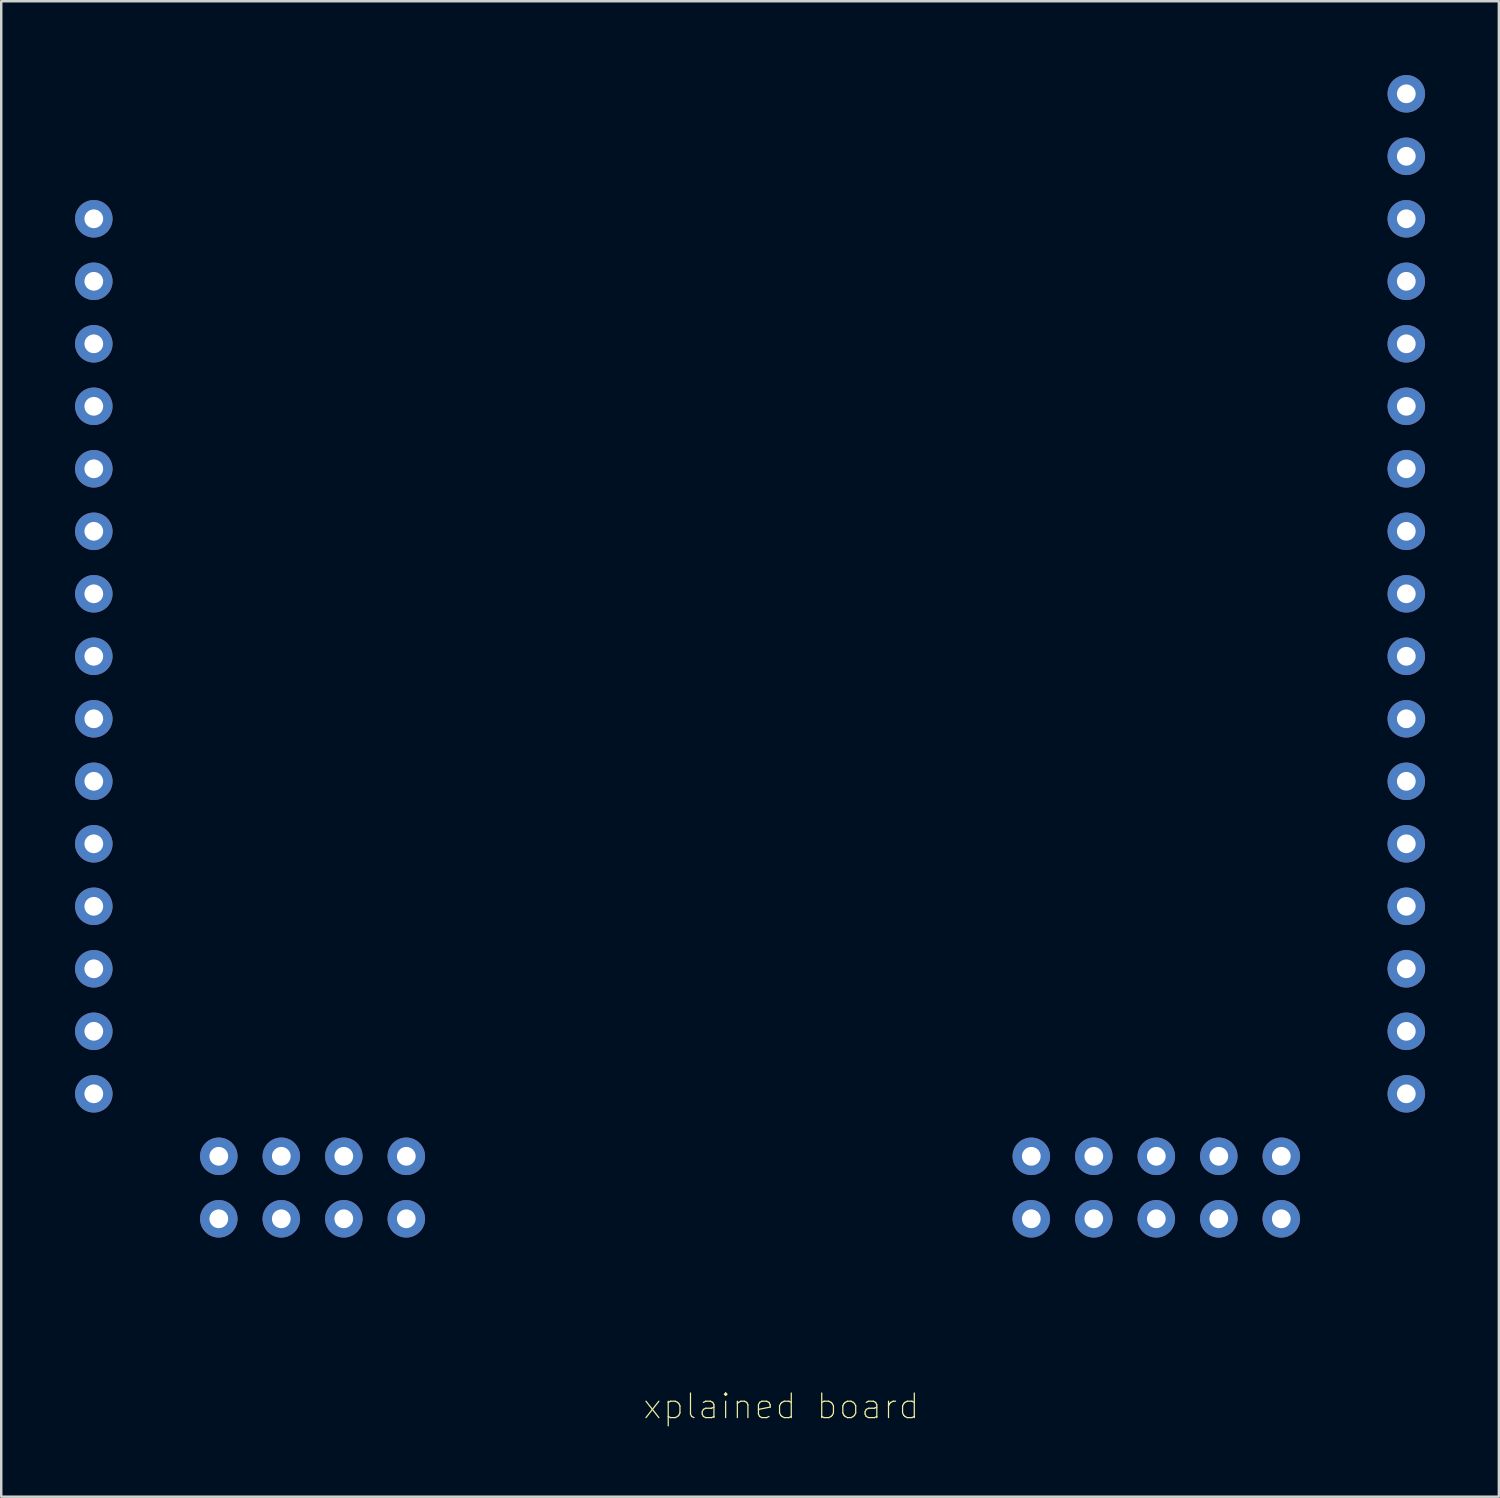
<source format=kicad_pcb>
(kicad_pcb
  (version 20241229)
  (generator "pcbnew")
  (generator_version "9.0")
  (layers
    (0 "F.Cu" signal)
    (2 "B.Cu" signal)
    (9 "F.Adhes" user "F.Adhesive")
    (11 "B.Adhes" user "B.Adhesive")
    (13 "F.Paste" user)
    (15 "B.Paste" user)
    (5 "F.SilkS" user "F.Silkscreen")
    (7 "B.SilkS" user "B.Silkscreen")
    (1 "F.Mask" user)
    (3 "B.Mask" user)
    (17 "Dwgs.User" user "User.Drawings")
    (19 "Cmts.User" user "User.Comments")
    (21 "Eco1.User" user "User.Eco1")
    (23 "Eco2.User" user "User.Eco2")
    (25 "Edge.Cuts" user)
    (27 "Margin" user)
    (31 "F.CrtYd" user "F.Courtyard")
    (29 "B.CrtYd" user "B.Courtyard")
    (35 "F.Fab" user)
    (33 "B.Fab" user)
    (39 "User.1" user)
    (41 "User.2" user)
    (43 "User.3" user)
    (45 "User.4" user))
  (footprint "xplained board"
    (layer "F.Cu")
    (at 28.702 23.622)
    (property "Reference" "xplained board" (at 0 30.48 0) (layer "F.SilkS") (effects (font (size 1 1) (thickness 0.05))))
    (attr through_hole)
    (pad "1" thru_hole circle (at -27.94 -17.78) (size 1.524 1.524) (drill 0.762) (layers "*.Cu" "*.Mask"))
    (pad "2" thru_hole circle (at -27.94 -15.24) (size 1.524 1.524) (drill 0.762) (layers "*.Cu" "*.Mask"))
    (pad "3" thru_hole circle (at -27.94 -12.7) (size 1.524 1.524) (drill 0.762) (layers "*.Cu" "*.Mask"))
    (pad "4" thru_hole circle (at -27.94 -10.16) (size 1.524 1.524) (drill 0.762) (layers "*.Cu" "*.Mask"))
    (pad "5" thru_hole circle (at -27.94 -7.62) (size 1.524 1.524) (drill 0.762) (layers "*.Cu" "*.Mask"))
    (pad "6" thru_hole circle (at -27.94 -5.08) (size 1.524 1.524) (drill 0.762) (layers "*.Cu" "*.Mask"))
    (pad "7" thru_hole circle (at -27.94 -2.54) (size 1.524 1.524) (drill 0.762) (layers "*.Cu" "*.Mask"))
    (pad "8" thru_hole circle (at -27.94 0) (size 1.524 1.524) (drill 0.762) (layers "*.Cu" "*.Mask"))
    (pad "9" thru_hole circle (at -27.94 2.54) (size 1.524 1.524) (drill 0.762) (layers "*.Cu" "*.Mask"))
    (pad "10" thru_hole circle (at -27.94 5.08) (size 1.524 1.524) (drill 0.762) (layers "*.Cu" "*.Mask"))
    (pad "11" thru_hole circle (at -27.94 7.62) (size 1.524 1.524) (drill 0.762) (layers "*.Cu" "*.Mask"))
    (pad "12" thru_hole circle (at -27.94 10.16) (size 1.524 1.524) (drill 0.762) (layers "*.Cu" "*.Mask"))
    (pad "13" thru_hole circle (at -27.94 12.7) (size 1.524 1.524) (drill 0.762) (layers "*.Cu" "*.Mask"))
    (pad "14" thru_hole circle (at -27.94 15.24) (size 1.524 1.524) (drill 0.762) (layers "*.Cu" "*.Mask"))
    (pad "15" thru_hole circle (at -27.94 17.78) (size 1.524 1.524) (drill 0.762) (layers "*.Cu" "*.Mask"))
    (pad "16" thru_hole circle (at -22.86 20.32) (size 1.524 1.524) (drill 0.762) (layers "*.Cu" "*.Mask"))
    (pad "17" thru_hole circle (at -22.86 22.86) (size 1.524 1.524) (drill 0.762) (layers "*.Cu" "*.Mask"))
    (pad "18" thru_hole circle (at -20.32 20.32) (size 1.524 1.524) (drill 0.762) (layers "*.Cu" "*.Mask"))
    (pad "19" thru_hole circle (at -20.32 22.86) (size 1.524 1.524) (drill 0.762) (layers "*.Cu" "*.Mask"))
    (pad "20" thru_hole circle (at -17.78 20.32) (size 1.524 1.524) (drill 0.762) (layers "*.Cu" "*.Mask"))
    (pad "21" thru_hole circle (at -17.78 22.86) (size 1.524 1.524) (drill 0.762) (layers "*.Cu" "*.Mask"))
    (pad "22" thru_hole circle (at -15.24 20.32) (size 1.524 1.524) (drill 0.762) (layers "*.Cu" "*.Mask"))
    (pad "23" thru_hole circle (at -15.24 22.86) (size 1.524 1.524) (drill 0.762) (layers "*.Cu" "*.Mask"))
    (pad "24" thru_hole circle (at 10.16 20.32) (size 1.524 1.524) (drill 0.762) (layers "*.Cu" "*.Mask"))
    (pad "25" thru_hole circle (at 10.16 22.86) (size 1.524 1.524) (drill 0.762) (layers "*.Cu" "*.Mask"))
    (pad "26" thru_hole circle (at 12.7 20.32) (size 1.524 1.524) (drill 0.762) (layers "*.Cu" "*.Mask"))
    (pad "27" thru_hole circle (at 12.7 22.86) (size 1.524 1.524) (drill 0.762) (layers "*.Cu" "*.Mask"))
    (pad "28" thru_hole circle (at 15.24 20.32) (size 1.524 1.524) (drill 0.762) (layers "*.Cu" "*.Mask"))
    (pad "29" thru_hole circle (at 15.24 22.86) (size 1.524 1.524) (drill 0.762) (layers "*.Cu" "*.Mask"))
    (pad "30" thru_hole circle (at 17.78 20.32) (size 1.524 1.524) (drill 0.762) (layers "*.Cu" "*.Mask"))
    (pad "31" thru_hole circle (at 17.78 22.86) (size 1.524 1.524) (drill 0.762) (layers "*.Cu" "*.Mask"))
    (pad "32" thru_hole circle (at 20.32 20.32) (size 1.524 1.524) (drill 0.762) (layers "*.Cu" "*.Mask"))
    (pad "33" thru_hole circle (at 20.32 22.86) (size 1.524 1.524) (drill 0.762) (layers "*.Cu" "*.Mask"))
    (pad "34" thru_hole circle (at 25.4 17.78) (size 1.524 1.524) (drill 0.762) (layers "*.Cu" "*.Mask"))
    (pad "35" thru_hole circle (at 25.4 15.24) (size 1.524 1.524) (drill 0.762) (layers "*.Cu" "*.Mask"))
    (pad "36" thru_hole circle (at 25.4 12.7) (size 1.524 1.524) (drill 0.762) (layers "*.Cu" "*.Mask"))
    (pad "37" thru_hole circle (at 25.4 10.16) (size 1.524 1.524) (drill 0.762) (layers "*.Cu" "*.Mask"))
    (pad "38" thru_hole circle (at 25.4 7.62) (size 1.524 1.524) (drill 0.762) (layers "*.Cu" "*.Mask"))
    (pad "39" thru_hole circle (at 25.4 5.08) (size 1.524 1.524) (drill 0.762) (layers "*.Cu" "*.Mask"))
    (pad "40" thru_hole circle (at 25.4 2.54) (size 1.524 1.524) (drill 0.762) (layers "*.Cu" "*.Mask"))
    (pad "41" thru_hole circle (at 25.4 0) (size 1.524 1.524) (drill 0.762) (layers "*.Cu" "*.Mask"))
    (pad "42" thru_hole circle (at 25.4 -2.54) (size 1.524 1.524) (drill 0.762) (layers "*.Cu" "*.Mask"))
    (pad "43" thru_hole circle (at 25.4 -5.08) (size 1.524 1.524) (drill 0.762) (layers "*.Cu" "*.Mask"))
    (pad "44" thru_hole circle (at 25.4 -7.62) (size 1.524 1.524) (drill 0.762) (layers "*.Cu" "*.Mask"))
    (pad "45" thru_hole circle (at 25.4 -10.16) (size 1.524 1.524) (drill 0.762) (layers "*.Cu" "*.Mask"))
    (pad "46" thru_hole circle (at 25.4 -12.7) (size 1.524 1.524) (drill 0.762) (layers "*.Cu" "*.Mask"))
    (pad "47" thru_hole circle (at 25.4 -15.24) (size 1.524 1.524) (drill 0.762) (layers "*.Cu" "*.Mask"))
    (pad "48" thru_hole circle (at 25.4 -17.78) (size 1.524 1.524) (drill 0.762) (layers "*.Cu" "*.Mask"))
    (pad "49" thru_hole circle (at 25.4 -20.32) (size 1.524 1.524) (drill 0.762) (layers "*.Cu" "*.Mask"))
    (pad "50" thru_hole circle (at 25.4 -22.86) (size 1.524 1.524) (drill 0.762) (layers "*.Cu" "*.Mask")))
  (gr_rect
    (start -3 -3)
    (end 57.864 57.775)
    (stroke (width 0.1) (type default))
    (fill no)
    (layer "Edge.Cuts")))
</source>
